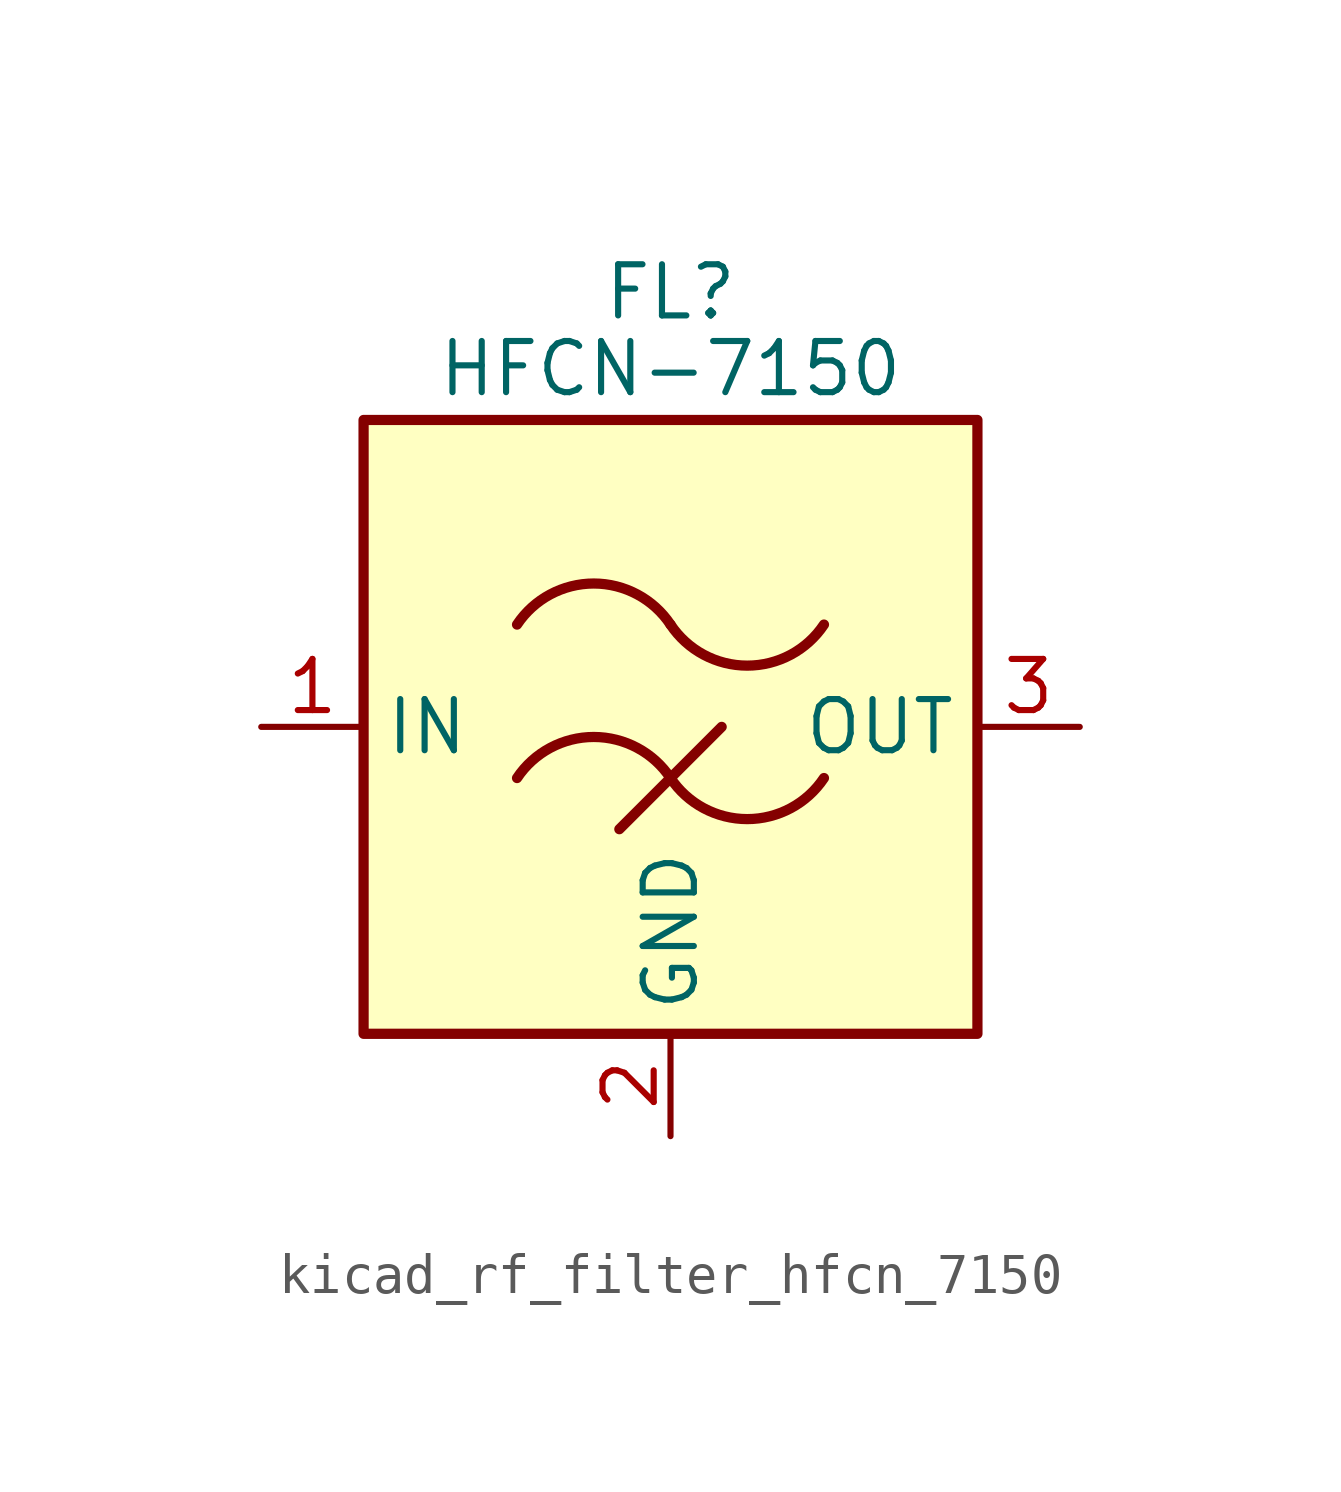
<source format=kicad_sym>
(kicad_symbol_lib
  (version 20220914)
  (generator kicad_symbol_editor)
  (symbol "kicad_rf_filter_hfcn_7150"
    (property "Reference" "FL"
      (at 0 10.795 0)
      (effects (font (size 1.27 1.27))))
    (property "Value" "HFCN-7150"
      (at 0 8.89 0)
      (effects (font (size 1.27 1.27))))
    (symbol "kicad_rf_filter_hfcn_7150_0_1"
      (rectangle (start -7.62 7.62) (end 7.62 -7.62) (stroke (width 0.254) (type default)) (fill (type background)))
      (arc (start 0 -1.27) (mid -1.905 -0.2505) (end -3.81 -1.27) (stroke (width 0.254) (type default)) (fill (type none)))
      (arc (start 0 -1.27) (mid 1.905 -2.2895) (end 3.81 -1.27) (stroke (width 0.254) (type default)) (fill (type none)))
      (polyline (pts (xy -1.27 -2.54) (xy 1.27 0)) (stroke (width 0.254) (type default)) (fill (type none)))
      (arc (start 0 2.54) (mid -1.905 3.5595) (end -3.81 2.54) (stroke (width 0.254) (type default)) (fill (type none)))
      (arc (start 0 2.54) (mid 1.905 1.5205) (end 3.81 2.54) (stroke (width 0.254) (type default)) (fill (type none))))
    (symbol "kicad_rf_filter_hfcn_7150_1_1"
      (pin passive line (at -10.16 0 0) (length 2.54) (name "IN" (effects (font (size 1.27 1.27)))) (number "1" (effects (font (size 1.27 1.27)))))
      (pin passive line (at 0 -10.16 90) (length 2.54) (name "GND" (effects (font (size 1.27 1.27)))) (number "2" (effects (font (size 1.27 1.27)))))
      (pin passive line (at 10.16 0 180) (length 2.54) (name "OUT" (effects (font (size 1.27 1.27)))) (number "3" (effects (font (size 1.27 1.27)))))
      (pin passive line (at 0 -10.16 90) (length 2.54) hide (name "GND" (effects (font (size 1.27 1.27)))) (number "4" (effects (font (size 1.27 1.27)))))
      (pin passive line (at 0 -10.16 90) (length 2.54) hide (name "GND" (effects (font (size 1.27 1.27)))) (number "5" (effects (font (size 1.27 1.27)))))
      (pin passive line (at 0 -10.16 90) (length 2.54) hide (name "GND" (effects (font (size 1.27 1.27)))) (number "6" (effects (font (size 1.27 1.27))))))))
</source>
